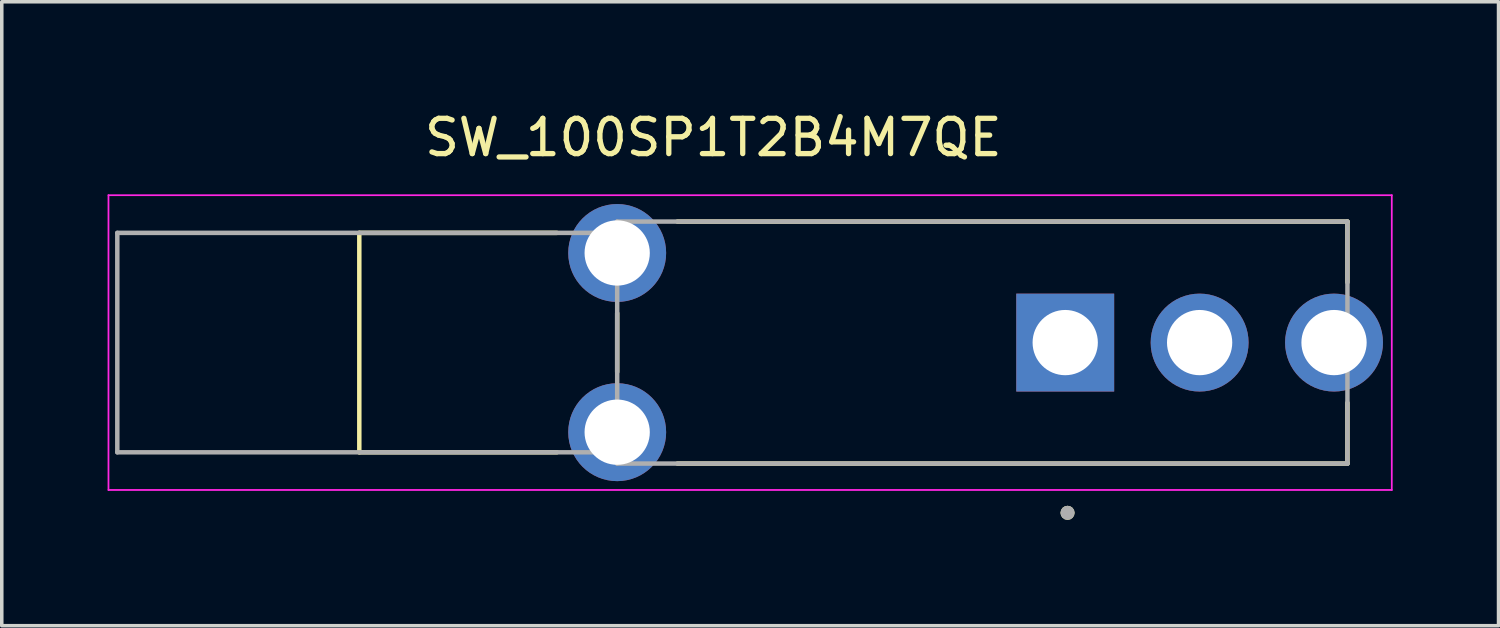
<source format=kicad_pcb>
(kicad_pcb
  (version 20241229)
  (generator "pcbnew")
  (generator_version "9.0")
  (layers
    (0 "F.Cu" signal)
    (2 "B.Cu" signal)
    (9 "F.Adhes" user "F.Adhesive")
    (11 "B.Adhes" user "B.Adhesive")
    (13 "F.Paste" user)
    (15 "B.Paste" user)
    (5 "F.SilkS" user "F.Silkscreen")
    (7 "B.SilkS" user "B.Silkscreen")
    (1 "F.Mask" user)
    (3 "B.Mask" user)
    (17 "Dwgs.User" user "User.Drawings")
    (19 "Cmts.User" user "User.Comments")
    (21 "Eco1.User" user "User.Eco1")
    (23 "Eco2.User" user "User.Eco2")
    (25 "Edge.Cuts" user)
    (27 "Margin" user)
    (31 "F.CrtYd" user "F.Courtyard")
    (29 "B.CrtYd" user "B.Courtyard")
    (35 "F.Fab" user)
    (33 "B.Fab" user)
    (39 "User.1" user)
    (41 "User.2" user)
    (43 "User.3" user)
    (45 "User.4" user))
  (footprint "SW_100SP1T2B4M7QE"
    (layer "F.Cu")
    (at 30.955 6.661)
    (property "Reference" "SW_100SP1T2B4M7QE" (at -13.785 -5.812 0) (layer "F.SilkS") (effects (font (size 1 1) (thickness 0.15))))
    (attr through_hole)
    (fp_line (start -23.82 -3.11) (end -23.82 3.11) (stroke (width 0.127) (type solid)) (layer "F.SilkS"))
    (fp_line (start -23.82 3.11) (end -18.218 3.11) (stroke (width 0.127) (type solid)) (layer "F.SilkS"))
    (fp_line (start -18.218 -3.11) (end -23.82 -3.11) (stroke (width 0.127) (type solid)) (layer "F.SilkS"))
    (fp_line (start -16.51 -0.833) (end -16.51 0.833) (stroke (width 0.127) (type solid)) (layer "F.SilkS"))
    (fp_line (start -14.803 -3.43) (end 4.19 -3.43) (stroke (width 0.127) (type solid)) (layer "F.SilkS"))
    (fp_line (start 4.19 -3.43) (end 4.19 -1.708) (stroke (width 0.127) (type solid)) (layer "F.SilkS"))
    (fp_line (start 4.19 3.43) (end -14.803 3.43) (stroke (width 0.127) (type solid)) (layer "F.SilkS"))
    (fp_line (start 4.19 3.43) (end 4.19 1.708) (stroke (width 0.127) (type solid)) (layer "F.SilkS"))
    (fp_circle (center -3.744 4.826) (end -3.644 4.826) (stroke (width 0.2) (type solid)) (fill no) (layer "F.SilkS"))
    (fp_line (start -30.93 -4.178) (end -30.93 4.178) (stroke (width 0.05) (type solid)) (layer "F.CrtYd"))
    (fp_line (start -30.93 4.178) (end 5.447 4.178) (stroke (width 0.05) (type solid)) (layer "F.CrtYd"))
    (fp_line (start 5.447 -4.178) (end -30.93 -4.178) (stroke (width 0.05) (type solid)) (layer "F.CrtYd"))
    (fp_line (start 5.447 4.178) (end 5.447 -4.178) (stroke (width 0.05) (type solid)) (layer "F.CrtYd"))
    (fp_line (start -30.68 -3.11) (end -30.68 3.11) (stroke (width 0.127) (type solid)) (layer "F.Fab"))
    (fp_line (start -30.68 3.11) (end -16.51 3.11) (stroke (width 0.127) (type solid)) (layer "F.Fab"))
    (fp_line (start -16.51 -3.43) (end 4.19 -3.43) (stroke (width 0.127) (type solid)) (layer "F.Fab"))
    (fp_line (start -16.51 -3.11) (end -30.68 -3.11) (stroke (width 0.127) (type solid)) (layer "F.Fab"))
    (fp_line (start -16.51 -3.11) (end -16.51 -3.43) (stroke (width 0.127) (type solid)) (layer "F.Fab"))
    (fp_line (start -16.51 3.11) (end -16.51 -3.11) (stroke (width 0.127) (type solid)) (layer "F.Fab"))
    (fp_line (start -16.51 3.43) (end -16.51 3.11) (stroke (width 0.127) (type solid)) (layer "F.Fab"))
    (fp_line (start 4.19 -3.43) (end 4.19 3.43) (stroke (width 0.127) (type solid)) (layer "F.Fab"))
    (fp_line (start 4.19 3.43) (end -16.51 3.43) (stroke (width 0.127) (type solid)) (layer "F.Fab"))
    (fp_circle (center -3.744 4.826) (end -3.644 4.826) (stroke (width 0.2) (type solid)) (fill no) (layer "F.Fab"))
    (pad "1" thru_hole rect (at -3.81 0) (size 2.775 2.775) (drill 1.85) (layers "*.Cu" "*.Mask"))
    (pad "2" thru_hole circle (at 0 0) (size 2.775 2.775) (drill 1.85) (layers "*.Cu" "*.Mask"))
    (pad "3" thru_hole circle (at 3.81 0) (size 2.775 2.775) (drill 1.85) (layers "*.Cu" "*.Mask"))
    (pad "S1" thru_hole circle (at -16.51 2.54) (size 2.775 2.775) (drill 1.85) (layers "*.Cu" "*.Mask"))
    (pad "S2" thru_hole circle (at -16.51 -2.54) (size 2.775 2.775) (drill 1.85) (layers "*.Cu" "*.Mask")))
  (gr_rect
    (start -3 -3)
    (end 39.428 14.687)
    (stroke (width 0.1) (type default))
    (fill no)
    (layer "Edge.Cuts")))
</source>
